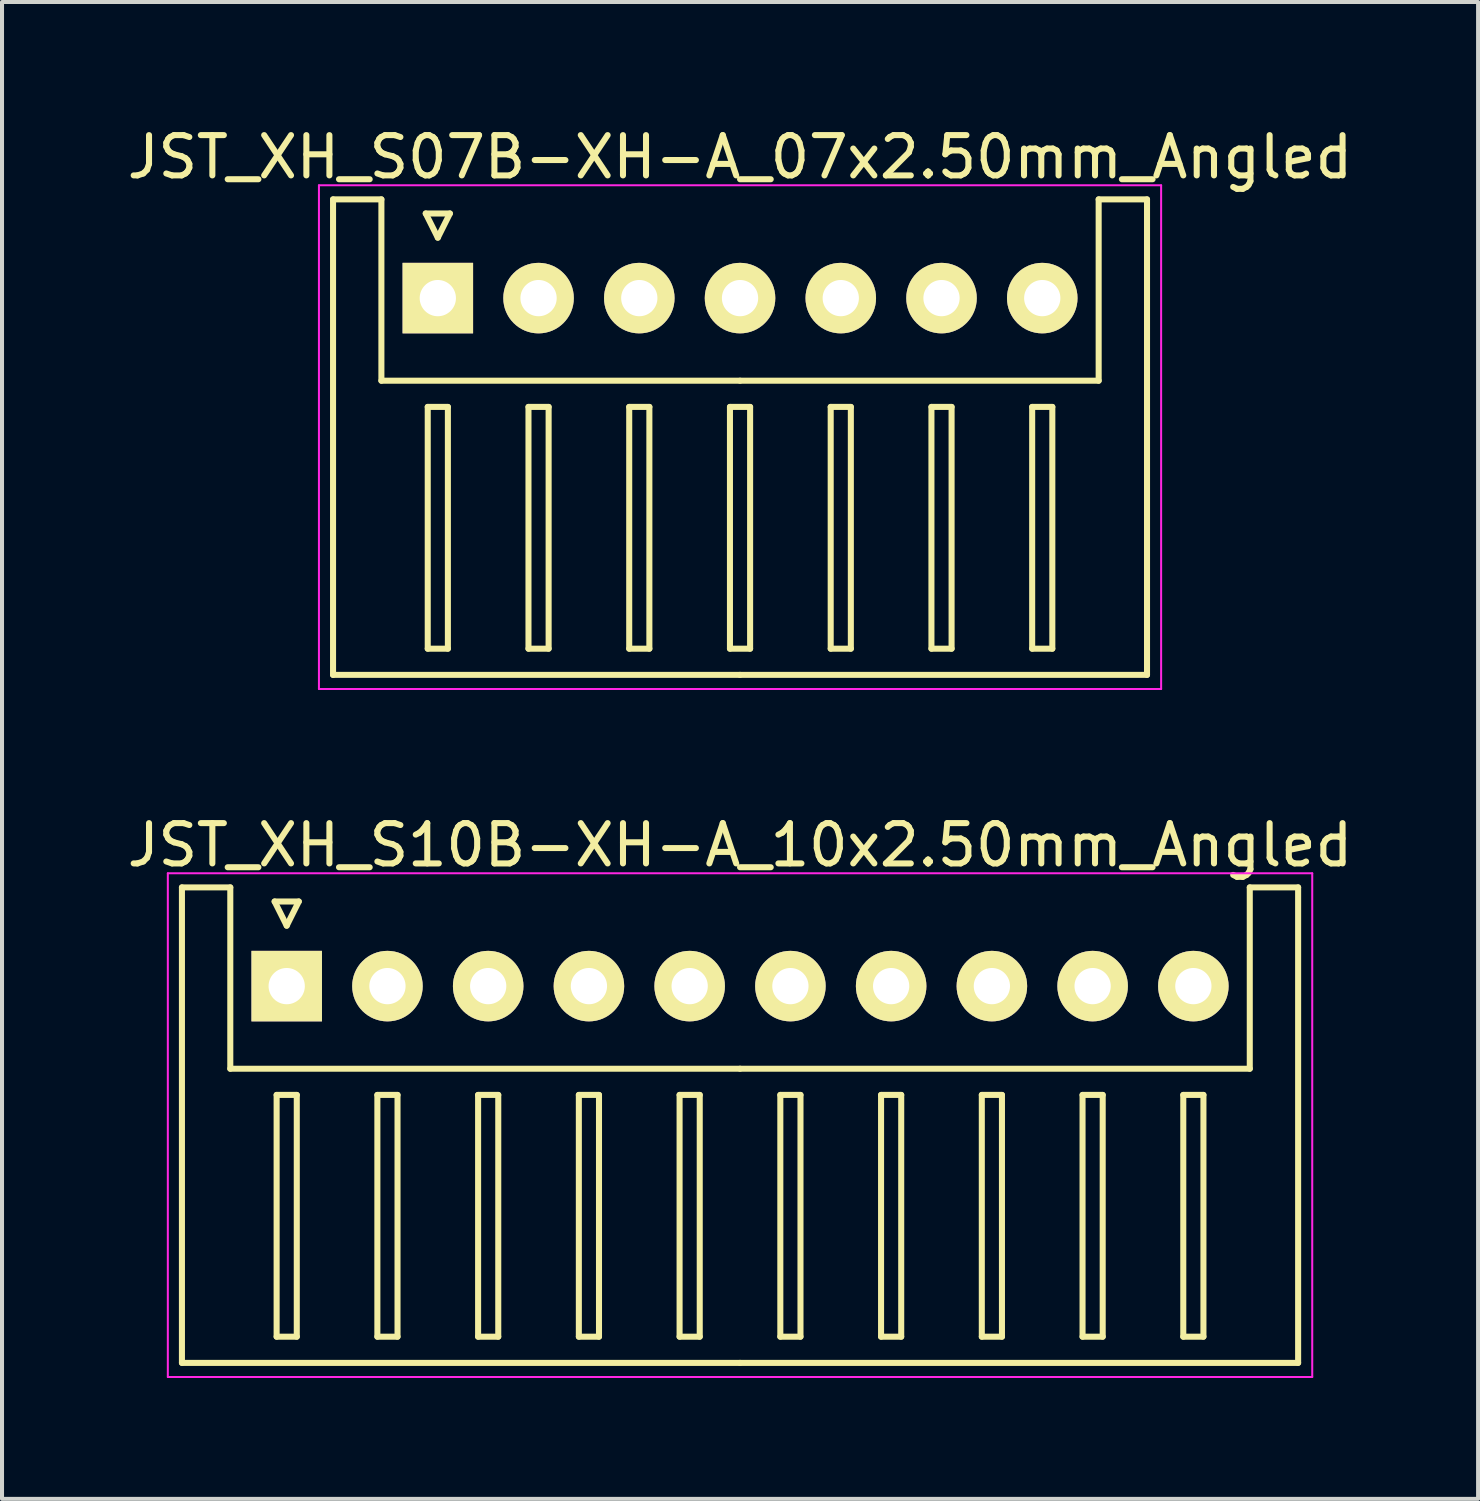
<source format=kicad_pcb>
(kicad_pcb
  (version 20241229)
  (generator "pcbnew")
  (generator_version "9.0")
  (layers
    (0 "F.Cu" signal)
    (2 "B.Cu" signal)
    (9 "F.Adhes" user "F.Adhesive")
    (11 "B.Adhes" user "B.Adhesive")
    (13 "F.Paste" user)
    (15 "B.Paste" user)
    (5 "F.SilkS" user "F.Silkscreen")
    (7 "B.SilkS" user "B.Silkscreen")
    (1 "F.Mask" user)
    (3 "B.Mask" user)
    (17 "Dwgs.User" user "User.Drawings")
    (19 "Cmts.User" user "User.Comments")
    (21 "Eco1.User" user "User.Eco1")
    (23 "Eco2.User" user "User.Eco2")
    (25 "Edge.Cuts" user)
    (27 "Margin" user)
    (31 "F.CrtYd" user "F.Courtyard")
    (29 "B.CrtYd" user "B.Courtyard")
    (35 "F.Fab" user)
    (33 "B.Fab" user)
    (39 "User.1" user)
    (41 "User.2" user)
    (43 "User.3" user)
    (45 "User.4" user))
  (footprint "JST_XH_S10B-XH-A_10x2.50mm_Angled"
    (layer "F.Cu")
    (at 4.065 21.422)
    (property "Reference" "JST_XH_S10B-XH-A_10x2.50mm_Angled" (at 11.25 -3.5 0) (layer "F.SilkS") (effects (font (size 1 1) (thickness 0.15))))
    (attr through_hole)
    (fp_line (start -2.6 -2.45) (end -1.4 -2.45) (stroke (width 0.15) (type solid)) (layer "F.SilkS"))
    (fp_line (start -2.6 9.35) (end -2.6 -2.45) (stroke (width 0.15) (type solid)) (layer "F.SilkS"))
    (fp_line (start -1.4 -2.45) (end -1.4 2.05) (stroke (width 0.15) (type solid)) (layer "F.SilkS"))
    (fp_line (start -1.4 2.05) (end 11.25 2.05) (stroke (width 0.15) (type solid)) (layer "F.SilkS"))
    (fp_line (start -0.3 -2.1) (end 0.3 -2.1) (stroke (width 0.15) (type solid)) (layer "F.SilkS"))
    (fp_line (start -0.25 2.7) (end -0.25 8.7) (stroke (width 0.15) (type solid)) (layer "F.SilkS"))
    (fp_line (start -0.25 8.7) (end 0.25 8.7) (stroke (width 0.15) (type solid)) (layer "F.SilkS"))
    (fp_line (start 0 -1.5) (end -0.3 -2.1) (stroke (width 0.15) (type solid)) (layer "F.SilkS"))
    (fp_line (start 0.25 2.7) (end -0.25 2.7) (stroke (width 0.15) (type solid)) (layer "F.SilkS"))
    (fp_line (start 0.25 8.7) (end 0.25 2.7) (stroke (width 0.15) (type solid)) (layer "F.SilkS"))
    (fp_line (start 0.3 -2.1) (end 0 -1.5) (stroke (width 0.15) (type solid)) (layer "F.SilkS"))
    (fp_line (start 2.25 2.7) (end 2.25 8.7) (stroke (width 0.15) (type solid)) (layer "F.SilkS"))
    (fp_line (start 2.25 8.7) (end 2.75 8.7) (stroke (width 0.15) (type solid)) (layer "F.SilkS"))
    (fp_line (start 2.75 2.7) (end 2.25 2.7) (stroke (width 0.15) (type solid)) (layer "F.SilkS"))
    (fp_line (start 2.75 8.7) (end 2.75 2.7) (stroke (width 0.15) (type solid)) (layer "F.SilkS"))
    (fp_line (start 4.75 2.7) (end 4.75 8.7) (stroke (width 0.15) (type solid)) (layer "F.SilkS"))
    (fp_line (start 4.75 8.7) (end 5.25 8.7) (stroke (width 0.15) (type solid)) (layer "F.SilkS"))
    (fp_line (start 5.25 2.7) (end 4.75 2.7) (stroke (width 0.15) (type solid)) (layer "F.SilkS"))
    (fp_line (start 5.25 8.7) (end 5.25 2.7) (stroke (width 0.15) (type solid)) (layer "F.SilkS"))
    (fp_line (start 7.25 2.7) (end 7.25 8.7) (stroke (width 0.15) (type solid)) (layer "F.SilkS"))
    (fp_line (start 7.25 8.7) (end 7.75 8.7) (stroke (width 0.15) (type solid)) (layer "F.SilkS"))
    (fp_line (start 7.75 2.7) (end 7.25 2.7) (stroke (width 0.15) (type solid)) (layer "F.SilkS"))
    (fp_line (start 7.75 8.7) (end 7.75 2.7) (stroke (width 0.15) (type solid)) (layer "F.SilkS"))
    (fp_line (start 9.75 2.7) (end 9.75 8.7) (stroke (width 0.15) (type solid)) (layer "F.SilkS"))
    (fp_line (start 9.75 8.7) (end 10.25 8.7) (stroke (width 0.15) (type solid)) (layer "F.SilkS"))
    (fp_line (start 10.25 2.7) (end 9.75 2.7) (stroke (width 0.15) (type solid)) (layer "F.SilkS"))
    (fp_line (start 10.25 8.7) (end 10.25 2.7) (stroke (width 0.15) (type solid)) (layer "F.SilkS"))
    (fp_line (start 11.25 9.35) (end -2.6 9.35) (stroke (width 0.15) (type solid)) (layer "F.SilkS"))
    (fp_line (start 11.25 9.35) (end 25.1 9.35) (stroke (width 0.15) (type solid)) (layer "F.SilkS"))
    (fp_line (start 12.25 2.7) (end 12.25 8.7) (stroke (width 0.15) (type solid)) (layer "F.SilkS"))
    (fp_line (start 12.25 8.7) (end 12.75 8.7) (stroke (width 0.15) (type solid)) (layer "F.SilkS"))
    (fp_line (start 12.75 2.7) (end 12.25 2.7) (stroke (width 0.15) (type solid)) (layer "F.SilkS"))
    (fp_line (start 12.75 8.7) (end 12.75 2.7) (stroke (width 0.15) (type solid)) (layer "F.SilkS"))
    (fp_line (start 14.75 2.7) (end 14.75 8.7) (stroke (width 0.15) (type solid)) (layer "F.SilkS"))
    (fp_line (start 14.75 8.7) (end 15.25 8.7) (stroke (width 0.15) (type solid)) (layer "F.SilkS"))
    (fp_line (start 15.25 2.7) (end 14.75 2.7) (stroke (width 0.15) (type solid)) (layer "F.SilkS"))
    (fp_line (start 15.25 8.7) (end 15.25 2.7) (stroke (width 0.15) (type solid)) (layer "F.SilkS"))
    (fp_line (start 17.25 2.7) (end 17.25 8.7) (stroke (width 0.15) (type solid)) (layer "F.SilkS"))
    (fp_line (start 17.25 8.7) (end 17.75 8.7) (stroke (width 0.15) (type solid)) (layer "F.SilkS"))
    (fp_line (start 17.75 2.7) (end 17.25 2.7) (stroke (width 0.15) (type solid)) (layer "F.SilkS"))
    (fp_line (start 17.75 8.7) (end 17.75 2.7) (stroke (width 0.15) (type solid)) (layer "F.SilkS"))
    (fp_line (start 19.75 2.7) (end 19.75 8.7) (stroke (width 0.15) (type solid)) (layer "F.SilkS"))
    (fp_line (start 19.75 8.7) (end 20.25 8.7) (stroke (width 0.15) (type solid)) (layer "F.SilkS"))
    (fp_line (start 20.25 2.7) (end 19.75 2.7) (stroke (width 0.15) (type solid)) (layer "F.SilkS"))
    (fp_line (start 20.25 8.7) (end 20.25 2.7) (stroke (width 0.15) (type solid)) (layer "F.SilkS"))
    (fp_line (start 22.25 2.7) (end 22.25 8.7) (stroke (width 0.15) (type solid)) (layer "F.SilkS"))
    (fp_line (start 22.25 8.7) (end 22.75 8.7) (stroke (width 0.15) (type solid)) (layer "F.SilkS"))
    (fp_line (start 22.75 2.7) (end 22.25 2.7) (stroke (width 0.15) (type solid)) (layer "F.SilkS"))
    (fp_line (start 22.75 8.7) (end 22.75 2.7) (stroke (width 0.15) (type solid)) (layer "F.SilkS"))
    (fp_line (start 23.9 -2.45) (end 23.9 2.05) (stroke (width 0.15) (type solid)) (layer "F.SilkS"))
    (fp_line (start 23.9 2.05) (end 11.25 2.05) (stroke (width 0.15) (type solid)) (layer "F.SilkS"))
    (fp_line (start 25.1 -2.45) (end 23.9 -2.45) (stroke (width 0.15) (type solid)) (layer "F.SilkS"))
    (fp_line (start 25.1 9.35) (end 25.1 -2.45) (stroke (width 0.15) (type solid)) (layer "F.SilkS"))
    (fp_line (start -2.95 -2.8) (end -2.95 9.7) (stroke (width 0.05) (type solid)) (layer "F.CrtYd"))
    (fp_line (start -2.95 9.7) (end 25.45 9.7) (stroke (width 0.05) (type solid)) (layer "F.CrtYd"))
    (fp_line (start 25.45 -2.8) (end -2.95 -2.8) (stroke (width 0.05) (type solid)) (layer "F.CrtYd"))
    (fp_line (start 25.45 9.7) (end 25.45 -2.8) (stroke (width 0.05) (type solid)) (layer "F.CrtYd"))
    (pad "1" thru_hole rect (at 0 0) (size 1.75 1.75) (drill 0.9) (layers "*.Cu" "*.Mask" "F.SilkS"))
    (pad "2" thru_hole circle (at 2.5 0) (size 1.75 1.75) (drill 0.9) (layers "*.Cu" "*.Mask" "F.SilkS"))
    (pad "3" thru_hole circle (at 5 0) (size 1.75 1.75) (drill 0.9) (layers "*.Cu" "*.Mask" "F.SilkS"))
    (pad "4" thru_hole circle (at 7.5 0) (size 1.75 1.75) (drill 0.9) (layers "*.Cu" "*.Mask" "F.SilkS"))
    (pad "5" thru_hole circle (at 10 0) (size 1.75 1.75) (drill 0.9) (layers "*.Cu" "*.Mask" "F.SilkS"))
    (pad "6" thru_hole circle (at 12.5 0) (size 1.75 1.75) (drill 0.9) (layers "*.Cu" "*.Mask" "F.SilkS"))
    (pad "7" thru_hole circle (at 15 0) (size 1.75 1.75) (drill 0.9) (layers "*.Cu" "*.Mask" "F.SilkS"))
    (pad "8" thru_hole circle (at 17.5 0) (size 1.75 1.75) (drill 0.9) (layers "*.Cu" "*.Mask" "F.SilkS"))
    (pad "9" thru_hole circle (at 20 0) (size 1.75 1.75) (drill 0.9) (layers "*.Cu" "*.Mask" "F.SilkS"))
    (pad "10" thru_hole circle (at 22.5 0) (size 1.75 1.75) (drill 0.9) (layers "*.Cu" "*.Mask" "F.SilkS")))
  (footprint "JST_XH_S07B-XH-A_07x2.50mm_Angled"
    (layer "F.Cu")
    (at 7.815 4.348)
    (property "Reference" "JST_XH_S07B-XH-A_07x2.50mm_Angled" (at 7.5 -3.5 0) (layer "F.SilkS") (effects (font (size 1 1) (thickness 0.15))))
    (attr through_hole)
    (fp_line (start -2.6 -2.45) (end -1.4 -2.45) (stroke (width 0.15) (type solid)) (layer "F.SilkS"))
    (fp_line (start -2.6 9.35) (end -2.6 -2.45) (stroke (width 0.15) (type solid)) (layer "F.SilkS"))
    (fp_line (start -1.4 -2.45) (end -1.4 2.05) (stroke (width 0.15) (type solid)) (layer "F.SilkS"))
    (fp_line (start -1.4 2.05) (end 7.5 2.05) (stroke (width 0.15) (type solid)) (layer "F.SilkS"))
    (fp_line (start -0.3 -2.1) (end 0.3 -2.1) (stroke (width 0.15) (type solid)) (layer "F.SilkS"))
    (fp_line (start -0.25 2.7) (end -0.25 8.7) (stroke (width 0.15) (type solid)) (layer "F.SilkS"))
    (fp_line (start -0.25 8.7) (end 0.25 8.7) (stroke (width 0.15) (type solid)) (layer "F.SilkS"))
    (fp_line (start 0 -1.5) (end -0.3 -2.1) (stroke (width 0.15) (type solid)) (layer "F.SilkS"))
    (fp_line (start 0.25 2.7) (end -0.25 2.7) (stroke (width 0.15) (type solid)) (layer "F.SilkS"))
    (fp_line (start 0.25 8.7) (end 0.25 2.7) (stroke (width 0.15) (type solid)) (layer "F.SilkS"))
    (fp_line (start 0.3 -2.1) (end 0 -1.5) (stroke (width 0.15) (type solid)) (layer "F.SilkS"))
    (fp_line (start 2.25 2.7) (end 2.25 8.7) (stroke (width 0.15) (type solid)) (layer "F.SilkS"))
    (fp_line (start 2.25 8.7) (end 2.75 8.7) (stroke (width 0.15) (type solid)) (layer "F.SilkS"))
    (fp_line (start 2.75 2.7) (end 2.25 2.7) (stroke (width 0.15) (type solid)) (layer "F.SilkS"))
    (fp_line (start 2.75 8.7) (end 2.75 2.7) (stroke (width 0.15) (type solid)) (layer "F.SilkS"))
    (fp_line (start 4.75 2.7) (end 4.75 8.7) (stroke (width 0.15) (type solid)) (layer "F.SilkS"))
    (fp_line (start 4.75 8.7) (end 5.25 8.7) (stroke (width 0.15) (type solid)) (layer "F.SilkS"))
    (fp_line (start 5.25 2.7) (end 4.75 2.7) (stroke (width 0.15) (type solid)) (layer "F.SilkS"))
    (fp_line (start 5.25 8.7) (end 5.25 2.7) (stroke (width 0.15) (type solid)) (layer "F.SilkS"))
    (fp_line (start 7.25 2.7) (end 7.25 8.7) (stroke (width 0.15) (type solid)) (layer "F.SilkS"))
    (fp_line (start 7.25 8.7) (end 7.75 8.7) (stroke (width 0.15) (type solid)) (layer "F.SilkS"))
    (fp_line (start 7.5 9.35) (end -2.6 9.35) (stroke (width 0.15) (type solid)) (layer "F.SilkS"))
    (fp_line (start 7.5 9.35) (end 17.6 9.35) (stroke (width 0.15) (type solid)) (layer "F.SilkS"))
    (fp_line (start 7.75 2.7) (end 7.25 2.7) (stroke (width 0.15) (type solid)) (layer "F.SilkS"))
    (fp_line (start 7.75 8.7) (end 7.75 2.7) (stroke (width 0.15) (type solid)) (layer "F.SilkS"))
    (fp_line (start 9.75 2.7) (end 9.75 8.7) (stroke (width 0.15) (type solid)) (layer "F.SilkS"))
    (fp_line (start 9.75 8.7) (end 10.25 8.7) (stroke (width 0.15) (type solid)) (layer "F.SilkS"))
    (fp_line (start 10.25 2.7) (end 9.75 2.7) (stroke (width 0.15) (type solid)) (layer "F.SilkS"))
    (fp_line (start 10.25 8.7) (end 10.25 2.7) (stroke (width 0.15) (type solid)) (layer "F.SilkS"))
    (fp_line (start 12.25 2.7) (end 12.25 8.7) (stroke (width 0.15) (type solid)) (layer "F.SilkS"))
    (fp_line (start 12.25 8.7) (end 12.75 8.7) (stroke (width 0.15) (type solid)) (layer "F.SilkS"))
    (fp_line (start 12.75 2.7) (end 12.25 2.7) (stroke (width 0.15) (type solid)) (layer "F.SilkS"))
    (fp_line (start 12.75 8.7) (end 12.75 2.7) (stroke (width 0.15) (type solid)) (layer "F.SilkS"))
    (fp_line (start 14.75 2.7) (end 14.75 8.7) (stroke (width 0.15) (type solid)) (layer "F.SilkS"))
    (fp_line (start 14.75 8.7) (end 15.25 8.7) (stroke (width 0.15) (type solid)) (layer "F.SilkS"))
    (fp_line (start 15.25 2.7) (end 14.75 2.7) (stroke (width 0.15) (type solid)) (layer "F.SilkS"))
    (fp_line (start 15.25 8.7) (end 15.25 2.7) (stroke (width 0.15) (type solid)) (layer "F.SilkS"))
    (fp_line (start 16.4 -2.45) (end 16.4 2.05) (stroke (width 0.15) (type solid)) (layer "F.SilkS"))
    (fp_line (start 16.4 2.05) (end 7.5 2.05) (stroke (width 0.15) (type solid)) (layer "F.SilkS"))
    (fp_line (start 17.6 -2.45) (end 16.4 -2.45) (stroke (width 0.15) (type solid)) (layer "F.SilkS"))
    (fp_line (start 17.6 9.35) (end 17.6 -2.45) (stroke (width 0.15) (type solid)) (layer "F.SilkS"))
    (fp_line (start -2.95 -2.8) (end -2.95 9.7) (stroke (width 0.05) (type solid)) (layer "F.CrtYd"))
    (fp_line (start -2.95 9.7) (end 17.95 9.7) (stroke (width 0.05) (type solid)) (layer "F.CrtYd"))
    (fp_line (start 17.95 -2.8) (end -2.95 -2.8) (stroke (width 0.05) (type solid)) (layer "F.CrtYd"))
    (fp_line (start 17.95 9.7) (end 17.95 -2.8) (stroke (width 0.05) (type solid)) (layer "F.CrtYd"))
    (pad "1" thru_hole rect (at 0 0) (size 1.75 1.75) (drill 0.9) (layers "*.Cu" "*.Mask" "F.SilkS"))
    (pad "2" thru_hole circle (at 2.5 0) (size 1.75 1.75) (drill 0.9) (layers "*.Cu" "*.Mask" "F.SilkS"))
    (pad "3" thru_hole circle (at 5 0) (size 1.75 1.75) (drill 0.9) (layers "*.Cu" "*.Mask" "F.SilkS"))
    (pad "4" thru_hole circle (at 7.5 0) (size 1.75 1.75) (drill 0.9) (layers "*.Cu" "*.Mask" "F.SilkS"))
    (pad "5" thru_hole circle (at 10 0) (size 1.75 1.75) (drill 0.9) (layers "*.Cu" "*.Mask" "F.SilkS"))
    (pad "6" thru_hole circle (at 12.5 0) (size 1.75 1.75) (drill 0.9) (layers "*.Cu" "*.Mask" "F.SilkS"))
    (pad "7" thru_hole circle (at 15 0) (size 1.75 1.75) (drill 0.9) (layers "*.Cu" "*.Mask" "F.SilkS")))
  (gr_rect
    (start -3 -3)
    (end 33.631 34.147)
    (stroke (width 0.1) (type default))
    (fill no)
    (layer "Edge.Cuts")))
</source>
